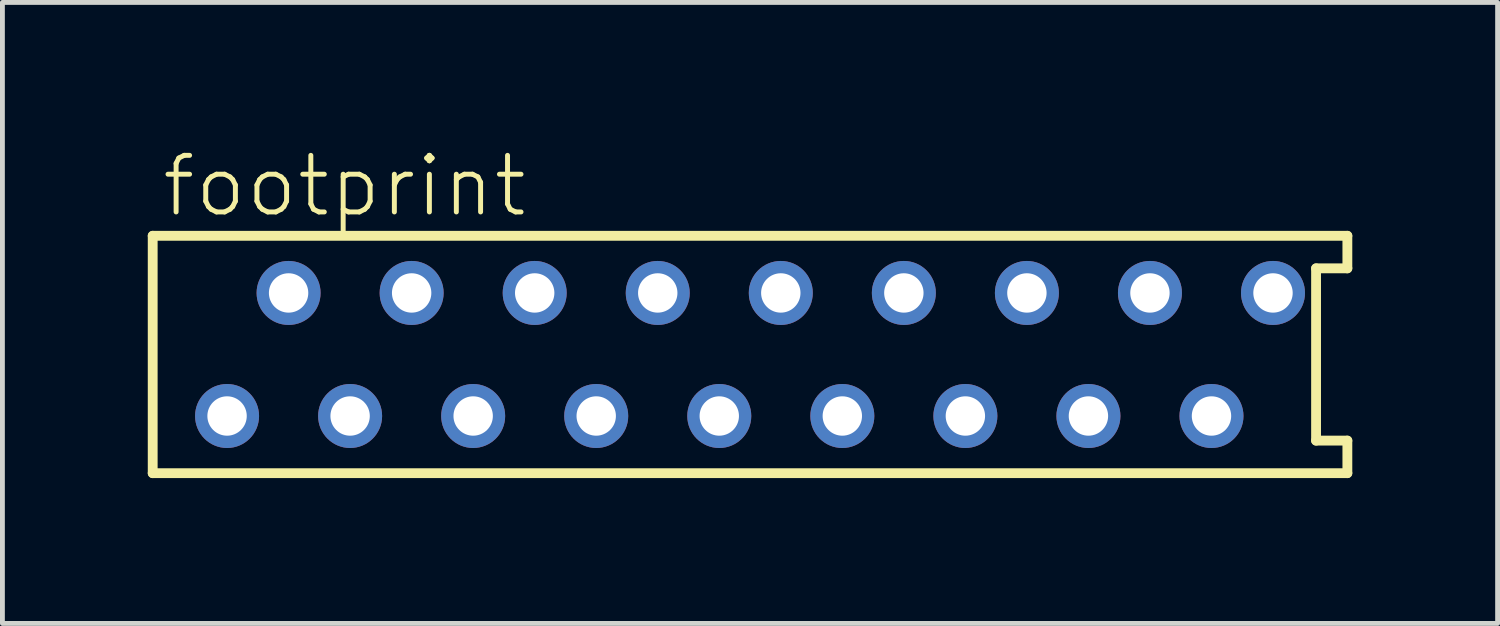
<source format=kicad_pcb>
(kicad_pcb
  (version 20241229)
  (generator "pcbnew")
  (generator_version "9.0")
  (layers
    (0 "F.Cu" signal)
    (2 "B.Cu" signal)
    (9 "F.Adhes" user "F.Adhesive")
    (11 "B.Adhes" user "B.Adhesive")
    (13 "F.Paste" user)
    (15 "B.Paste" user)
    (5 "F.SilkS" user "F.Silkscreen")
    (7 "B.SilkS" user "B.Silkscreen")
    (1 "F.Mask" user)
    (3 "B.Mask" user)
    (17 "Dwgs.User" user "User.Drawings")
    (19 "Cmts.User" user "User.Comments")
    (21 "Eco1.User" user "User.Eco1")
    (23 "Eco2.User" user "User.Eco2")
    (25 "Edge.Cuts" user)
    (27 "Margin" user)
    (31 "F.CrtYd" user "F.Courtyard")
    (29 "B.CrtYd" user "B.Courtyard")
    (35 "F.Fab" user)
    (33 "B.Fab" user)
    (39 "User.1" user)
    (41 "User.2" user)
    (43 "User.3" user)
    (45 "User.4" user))
  (footprint "footprint"
    (layer "F.Cu")
    (at 12.432 4.267)
    (property "Reference" "footprint" (at -12.192 -2.794 0) (layer "F.SilkS") (effects (font (size 1.168 1.168) (thickness 0.102)) (justify left bottom)))
    (fp_line (start -12.33 -2.45) (end -12.33 2.45) (stroke (width 0.203) (type solid)) (layer "F.SilkS"))
    (fp_line (start -12.33 2.45) (end 12.33 2.45) (stroke (width 0.203) (type solid)) (layer "F.SilkS"))
    (fp_line (start 11.684 -1.778) (end 12.33 -1.778) (stroke (width 0.203) (type solid)) (layer "F.SilkS"))
    (fp_line (start 11.684 1.778) (end 11.684 -1.778) (stroke (width 0.203) (type solid)) (layer "F.SilkS"))
    (fp_line (start 12.33 -2.45) (end -12.33 -2.45) (stroke (width 0.203) (type solid)) (layer "F.SilkS"))
    (fp_line (start 12.33 -1.778) (end 12.33 -2.45) (stroke (width 0.203) (type solid)) (layer "F.SilkS"))
    (fp_line (start 12.33 1.778) (end 11.684 1.778) (stroke (width 0.203) (type solid)) (layer "F.SilkS"))
    (fp_line (start 12.33 2.45) (end 12.33 1.778) (stroke (width 0.203) (type solid)) (layer "F.SilkS"))
    (pad "1" thru_hole circle (at -10.795 1.27) (size 1.321 1.321) (drill 0.813) (layers "*.Cu" "*.Mask"))
    (pad "2" thru_hole circle (at -9.525 -1.27) (size 1.321 1.321) (drill 0.813) (layers "*.Cu" "*.Mask"))
    (pad "3" thru_hole circle (at -8.255 1.27) (size 1.321 1.321) (drill 0.813) (layers "*.Cu" "*.Mask"))
    (pad "4" thru_hole circle (at -6.985 -1.27) (size 1.321 1.321) (drill 0.813) (layers "*.Cu" "*.Mask"))
    (pad "5" thru_hole circle (at -5.715 1.27) (size 1.321 1.321) (drill 0.813) (layers "*.Cu" "*.Mask"))
    (pad "6" thru_hole circle (at -4.445 -1.27) (size 1.321 1.321) (drill 0.813) (layers "*.Cu" "*.Mask"))
    (pad "7" thru_hole circle (at -3.175 1.27) (size 1.321 1.321) (drill 0.813) (layers "*.Cu" "*.Mask"))
    (pad "8" thru_hole circle (at -1.905 -1.27) (size 1.321 1.321) (drill 0.813) (layers "*.Cu" "*.Mask"))
    (pad "9" thru_hole circle (at -0.635 1.27) (size 1.321 1.321) (drill 0.813) (layers "*.Cu" "*.Mask"))
    (pad "10" thru_hole circle (at 0.635 -1.27) (size 1.321 1.321) (drill 0.813) (layers "*.Cu" "*.Mask"))
    (pad "11" thru_hole circle (at 1.905 1.27) (size 1.321 1.321) (drill 0.813) (layers "*.Cu" "*.Mask"))
    (pad "12" thru_hole circle (at 3.175 -1.27) (size 1.321 1.321) (drill 0.813) (layers "*.Cu" "*.Mask"))
    (pad "13" thru_hole circle (at 4.445 1.27) (size 1.321 1.321) (drill 0.813) (layers "*.Cu" "*.Mask"))
    (pad "14" thru_hole circle (at 5.715 -1.27) (size 1.321 1.321) (drill 0.813) (layers "*.Cu" "*.Mask"))
    (pad "15" thru_hole circle (at 6.985 1.27) (size 1.321 1.321) (drill 0.813) (layers "*.Cu" "*.Mask"))
    (pad "16" thru_hole circle (at 8.255 -1.27) (size 1.321 1.321) (drill 0.813) (layers "*.Cu" "*.Mask"))
    (pad "17" thru_hole circle (at 9.525 1.27) (size 1.321 1.321) (drill 0.813) (layers "*.Cu" "*.Mask"))
    (pad "18" thru_hole circle (at 10.795 -1.27) (size 1.321 1.321) (drill 0.813) (layers "*.Cu" "*.Mask")))
  (gr_rect
    (start -3 -3)
    (end 27.863 9.819)
    (stroke (width 0.1) (type default))
    (fill no)
    (layer "Edge.Cuts")))
</source>
